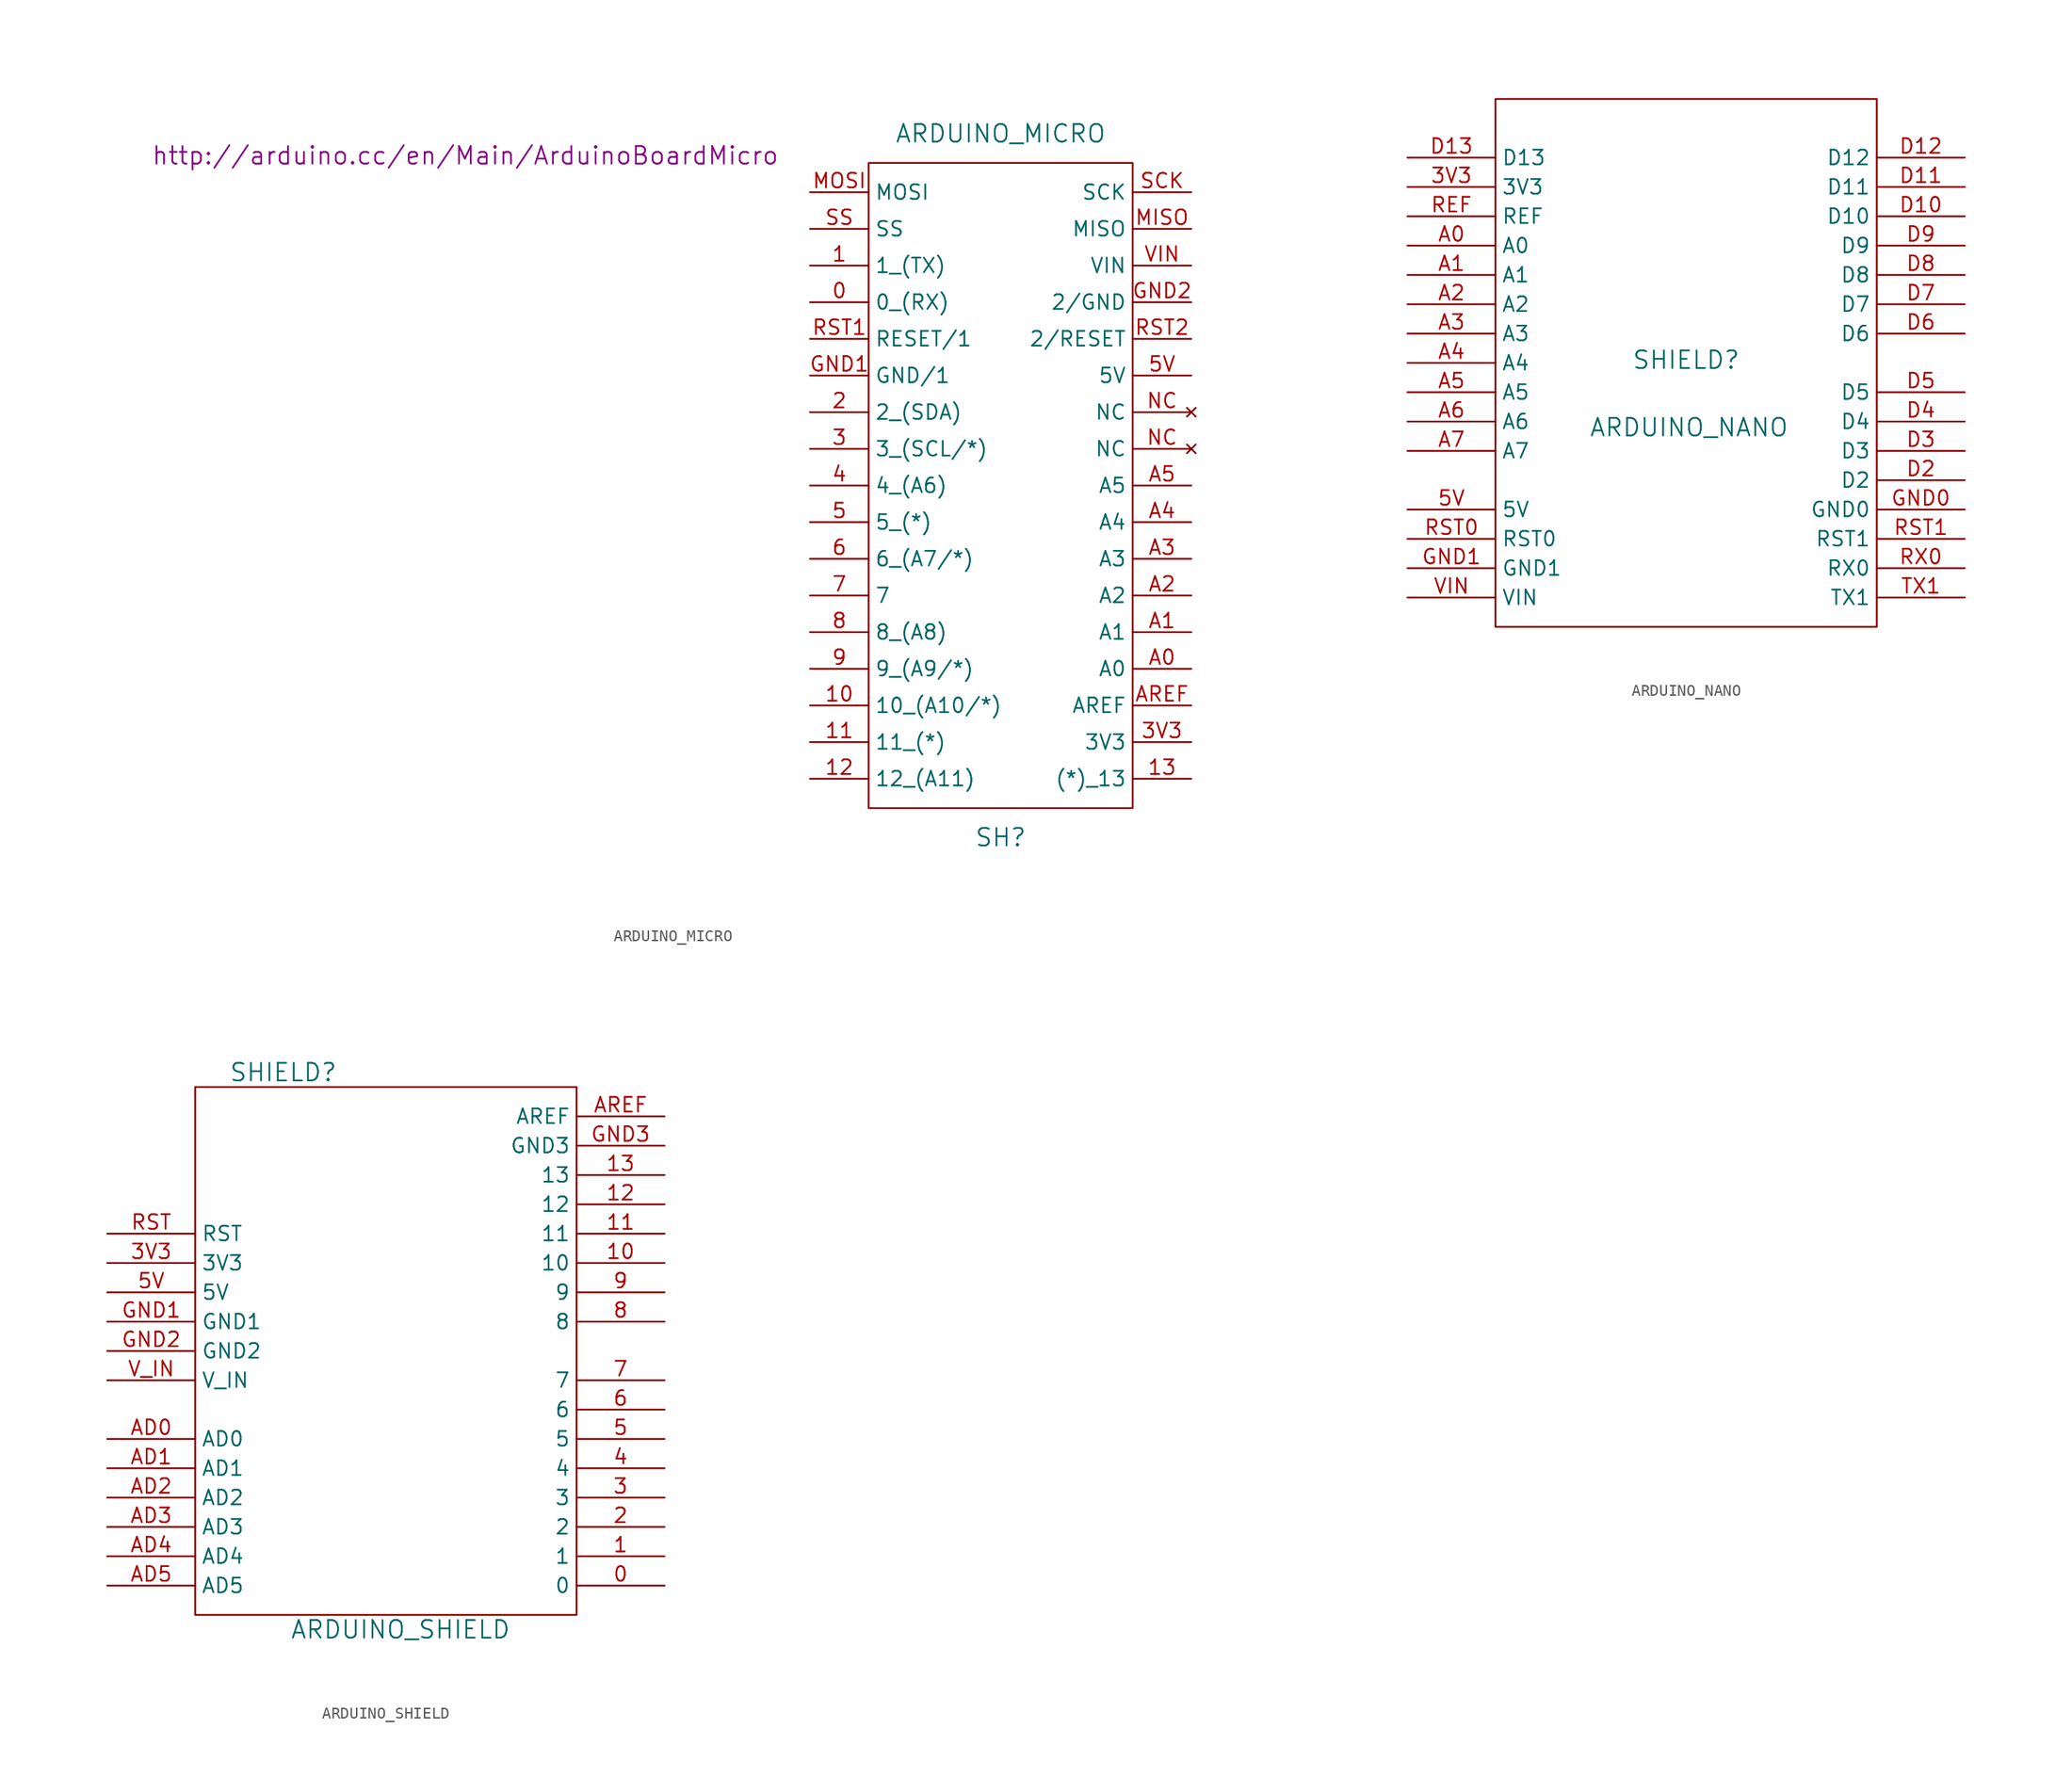
<source format=kicad_sym>
(kicad_symbol_lib
  (version 20220102)
  (generator kicad_symbol_editor)
  (symbol "ARDUINO_MICRO"
    (property "Reference" "SH"
      (at 0 -30.48 0)
      (effects (font (size 1.524 1.524))))
    (property "Value" "ARDUINO_MICRO"
      (at 0 30.48 0)
      (effects (font (size 1.524 1.524))))
    (property "Footprint" ""
      (at -46.355 28.575 0)
      (effects (font (size 1.524 1.524))))
    (property "Datasheet" "http://arduino.cc/en/Main/ArduinoBoardMicro"
      (at -46.355 28.575 0)
      (effects (font (size 1.524 1.524))))
    (symbol "ARDUINO_MICRO_0_1"
      (rectangle (start -11.43 27.94) (end 11.43 -27.94) (stroke (width 0) (type default)) (fill (type none))))
    (symbol "ARDUINO_MICRO_1_1"
      (pin input line (at -16.51 15.875 0) (length 5.08) (name "0_(RX)" (effects (font (size 1.27 1.27)))) (number "0" (effects (font (size 1.27 1.27)))))
      (pin input line (at -16.51 19.05 0) (length 5.08) (name "1_(TX)" (effects (font (size 1.27 1.27)))) (number "1" (effects (font (size 1.27 1.27)))))
      (pin input line (at -16.51 -19.05 0) (length 5.08) (name "10_(A10/*)" (effects (font (size 1.27 1.27)))) (number "10" (effects (font (size 1.27 1.27)))))
      (pin input line (at -16.51 -22.225 0) (length 5.08) (name "11_(*)" (effects (font (size 1.27 1.27)))) (number "11" (effects (font (size 1.27 1.27)))))
      (pin input line (at -16.51 -25.4 0) (length 5.08) (name "12_(A11)" (effects (font (size 1.27 1.27)))) (number "12" (effects (font (size 1.27 1.27)))))
      (pin input line (at 16.51 -25.4 180) (length 5.08) (name "(*)_13" (effects (font (size 1.27 1.27)))) (number "13" (effects (font (size 1.27 1.27)))))
      (pin input line (at -16.51 6.35 0) (length 5.08) (name "2_(SDA)" (effects (font (size 1.27 1.27)))) (number "2" (effects (font (size 1.27 1.27)))))
      (pin input line (at -16.51 3.175 0) (length 5.08) (name "3_(SCL/*)" (effects (font (size 1.27 1.27)))) (number "3" (effects (font (size 1.27 1.27)))))
      (pin input line (at 16.51 -22.225 180) (length 5.08) (name "3V3" (effects (font (size 1.27 1.27)))) (number "3V3" (effects (font (size 1.27 1.27)))))
      (pin input line (at -16.51 0 0) (length 5.08) (name "4_(A6)" (effects (font (size 1.27 1.27)))) (number "4" (effects (font (size 1.27 1.27)))))
      (pin input line (at -16.51 -3.175 0) (length 5.08) (name "5_(*)" (effects (font (size 1.27 1.27)))) (number "5" (effects (font (size 1.27 1.27)))))
      (pin input line (at 16.51 9.525 180) (length 5.08) (name "5V" (effects (font (size 1.27 1.27)))) (number "5V" (effects (font (size 1.27 1.27)))))
      (pin input line (at -16.51 -6.35 0) (length 5.08) (name "6_(A7/*)" (effects (font (size 1.27 1.27)))) (number "6" (effects (font (size 1.27 1.27)))))
      (pin input line (at -16.51 -9.525 0) (length 5.08) (name "7" (effects (font (size 1.27 1.27)))) (number "7" (effects (font (size 1.27 1.27)))))
      (pin input line (at -16.51 -12.7 0) (length 5.08) (name "8_(A8)" (effects (font (size 1.27 1.27)))) (number "8" (effects (font (size 1.27 1.27)))))
      (pin input line (at -16.51 -15.875 0) (length 5.08) (name "9_(A9/*)" (effects (font (size 1.27 1.27)))) (number "9" (effects (font (size 1.27 1.27)))))
      (pin input line (at 16.51 -15.875 180) (length 5.08) (name "A0" (effects (font (size 1.27 1.27)))) (number "A0" (effects (font (size 1.27 1.27)))))
      (pin input line (at 16.51 -12.7 180) (length 5.08) (name "A1" (effects (font (size 1.27 1.27)))) (number "A1" (effects (font (size 1.27 1.27)))))
      (pin input line (at 16.51 -9.525 180) (length 5.08) (name "A2" (effects (font (size 1.27 1.27)))) (number "A2" (effects (font (size 1.27 1.27)))))
      (pin input line (at 16.51 -6.35 180) (length 5.08) (name "A3" (effects (font (size 1.27 1.27)))) (number "A3" (effects (font (size 1.27 1.27)))))
      (pin input line (at 16.51 -3.175 180) (length 5.08) (name "A4" (effects (font (size 1.27 1.27)))) (number "A4" (effects (font (size 1.27 1.27)))))
      (pin input line (at 16.51 0 180) (length 5.08) (name "A5" (effects (font (size 1.27 1.27)))) (number "A5" (effects (font (size 1.27 1.27)))))
      (pin input line (at 16.51 -19.05 180) (length 5.08) (name "AREF" (effects (font (size 1.27 1.27)))) (number "AREF" (effects (font (size 1.27 1.27)))))
      (pin input line (at -16.51 9.525 0) (length 5.08) (name "GND/1" (effects (font (size 1.27 1.27)))) (number "GND1" (effects (font (size 1.27 1.27)))))
      (pin input line (at 16.51 15.875 180) (length 5.08) (name "2/GND" (effects (font (size 1.27 1.27)))) (number "GND2" (effects (font (size 1.27 1.27)))))
      (pin input line (at 16.51 22.225 180) (length 5.08) (name "MISO" (effects (font (size 1.27 1.27)))) (number "MISO" (effects (font (size 1.27 1.27)))))
      (pin input line (at -16.51 25.4 0) (length 5.08) (name "MOSI" (effects (font (size 1.27 1.27)))) (number "MOSI" (effects (font (size 1.27 1.27)))))
      (pin no_connect line (at 16.51 3.175 180) (length 5.08) (name "NC" (effects (font (size 1.27 1.27)))) (number "NC" (effects (font (size 1.27 1.27)))))
      (pin no_connect line (at 16.51 6.35 180) (length 5.08) (name "NC" (effects (font (size 1.27 1.27)))) (number "NC" (effects (font (size 1.27 1.27)))))
      (pin input line (at -16.51 12.7 0) (length 5.08) (name "RESET/1" (effects (font (size 1.27 1.27)))) (number "RST1" (effects (font (size 1.27 1.27)))))
      (pin input line (at 16.51 12.7 180) (length 5.08) (name "2/RESET" (effects (font (size 1.27 1.27)))) (number "RST2" (effects (font (size 1.27 1.27)))))
      (pin input line (at 16.51 25.4 180) (length 5.08) (name "SCK" (effects (font (size 1.27 1.27)))) (number "SCK" (effects (font (size 1.27 1.27)))))
      (pin input line (at -16.51 22.225 0) (length 5.08) (name "SS" (effects (font (size 1.27 1.27)))) (number "SS" (effects (font (size 1.27 1.27)))))
      (pin input line (at 16.51 19.05 180) (length 5.08) (name "VIN" (effects (font (size 1.27 1.27)))) (number "VIN" (effects (font (size 1.27 1.27)))))))
  (symbol "ARDUINO_NANO"
    (property "Reference" "SHIELD"
      (at 0 0.254 0)
      (effects (font (size 1.524 1.524))))
    (property "Value" "ARDUINO_NANO"
      (at 0.254 -5.588 0)
      (effects (font (size 1.524 1.524))))
    (property "Footprint" ""
      (at 0 0 0)
      (effects (font (size 1.524 1.524))))
    (property "Datasheet" ""
      (at 0 0 0)
      (effects (font (size 1.524 1.524))))
    (symbol "ARDUINO_NANO_0_1"
      (rectangle (start -16.51 -22.86) (end 16.51 22.86) (stroke (width 0) (type default)) (fill (type none))))
    (symbol "ARDUINO_NANO_1_1"
      (pin power_out line (at -24.13 15.24 0) (length 7.62) (name "3V3" (effects (font (size 1.27 1.27)))) (number "3V3" (effects (font (size 1.27 1.27)))))
      (pin power_out line (at -24.13 -12.7 0) (length 7.62) (name "5V" (effects (font (size 1.27 1.27)))) (number "5V" (effects (font (size 1.27 1.27)))))
      (pin bidirectional line (at -24.13 10.16 0) (length 7.62) (name "A0" (effects (font (size 1.27 1.27)))) (number "A0" (effects (font (size 1.27 1.27)))))
      (pin bidirectional line (at -24.13 7.62 0) (length 7.62) (name "A1" (effects (font (size 1.27 1.27)))) (number "A1" (effects (font (size 1.27 1.27)))))
      (pin bidirectional line (at -24.13 5.08 0) (length 7.62) (name "A2" (effects (font (size 1.27 1.27)))) (number "A2" (effects (font (size 1.27 1.27)))))
      (pin bidirectional line (at -24.13 2.54 0) (length 7.62) (name "A3" (effects (font (size 1.27 1.27)))) (number "A3" (effects (font (size 1.27 1.27)))))
      (pin bidirectional line (at -24.13 0 0) (length 7.62) (name "A4" (effects (font (size 1.27 1.27)))) (number "A4" (effects (font (size 1.27 1.27)))))
      (pin bidirectional line (at -24.13 -2.54 0) (length 7.62) (name "A5" (effects (font (size 1.27 1.27)))) (number "A5" (effects (font (size 1.27 1.27)))))
      (pin bidirectional line (at -24.13 -5.08 0) (length 7.62) (name "A6" (effects (font (size 1.27 1.27)))) (number "A6" (effects (font (size 1.27 1.27)))))
      (pin bidirectional line (at -24.13 -7.62 0) (length 7.62) (name "A7" (effects (font (size 1.27 1.27)))) (number "A7" (effects (font (size 1.27 1.27)))))
      (pin bidirectional line (at 24.13 12.7 180) (length 7.62) (name "D10" (effects (font (size 1.27 1.27)))) (number "D10" (effects (font (size 1.27 1.27)))))
      (pin bidirectional line (at 24.13 15.24 180) (length 7.62) (name "D11" (effects (font (size 1.27 1.27)))) (number "D11" (effects (font (size 1.27 1.27)))))
      (pin bidirectional line (at 24.13 17.78 180) (length 7.62) (name "D12" (effects (font (size 1.27 1.27)))) (number "D12" (effects (font (size 1.27 1.27)))))
      (pin bidirectional line (at -24.13 17.78 0) (length 7.62) (name "D13" (effects (font (size 1.27 1.27)))) (number "D13" (effects (font (size 1.27 1.27)))))
      (pin bidirectional line (at 24.13 -10.16 180) (length 7.62) (name "D2" (effects (font (size 1.27 1.27)))) (number "D2" (effects (font (size 1.27 1.27)))))
      (pin bidirectional line (at 24.13 -7.62 180) (length 7.62) (name "D3" (effects (font (size 1.27 1.27)))) (number "D3" (effects (font (size 1.27 1.27)))))
      (pin bidirectional line (at 24.13 -5.08 180) (length 7.62) (name "D4" (effects (font (size 1.27 1.27)))) (number "D4" (effects (font (size 1.27 1.27)))))
      (pin bidirectional line (at 24.13 -2.54 180) (length 7.62) (name "D5" (effects (font (size 1.27 1.27)))) (number "D5" (effects (font (size 1.27 1.27)))))
      (pin bidirectional line (at 24.13 2.54 180) (length 7.62) (name "D6" (effects (font (size 1.27 1.27)))) (number "D6" (effects (font (size 1.27 1.27)))))
      (pin bidirectional line (at 24.13 5.08 180) (length 7.62) (name "D7" (effects (font (size 1.27 1.27)))) (number "D7" (effects (font (size 1.27 1.27)))))
      (pin bidirectional line (at 24.13 7.62 180) (length 7.62) (name "D8" (effects (font (size 1.27 1.27)))) (number "D8" (effects (font (size 1.27 1.27)))))
      (pin bidirectional line (at 24.13 10.16 180) (length 7.62) (name "D9" (effects (font (size 1.27 1.27)))) (number "D9" (effects (font (size 1.27 1.27)))))
      (pin bidirectional line (at 24.13 -12.7 180) (length 7.62) (name "GND0" (effects (font (size 1.27 1.27)))) (number "GND0" (effects (font (size 1.27 1.27)))))
      (pin bidirectional line (at -24.13 -17.78 0) (length 7.62) (name "GND1" (effects (font (size 1.27 1.27)))) (number "GND1" (effects (font (size 1.27 1.27)))))
      (pin input line (at -24.13 12.7 0) (length 7.62) (name "REF" (effects (font (size 1.27 1.27)))) (number "REF" (effects (font (size 1.27 1.27)))))
      (pin bidirectional line (at -24.13 -15.24 0) (length 7.62) (name "RST0" (effects (font (size 1.27 1.27)))) (number "RST0" (effects (font (size 1.27 1.27)))))
      (pin bidirectional line (at 24.13 -15.24 180) (length 7.62) (name "RST1" (effects (font (size 1.27 1.27)))) (number "RST1" (effects (font (size 1.27 1.27)))))
      (pin bidirectional line (at 24.13 -17.78 180) (length 7.62) (name "RX0" (effects (font (size 1.27 1.27)))) (number "RX0" (effects (font (size 1.27 1.27)))))
      (pin bidirectional line (at 24.13 -20.32 180) (length 7.62) (name "TX1" (effects (font (size 1.27 1.27)))) (number "TX1" (effects (font (size 1.27 1.27)))))
      (pin bidirectional line (at -24.13 -20.32 0) (length 7.62) (name "VIN" (effects (font (size 1.27 1.27)))) (number "VIN" (effects (font (size 1.27 1.27)))))))
  (symbol "ARDUINO_SHIELD"
    (property "Reference" "SHIELD"
      (at -8.89 24.13 0)
      (effects (font (size 1.524 1.524))))
    (property "Value" "ARDUINO_SHIELD"
      (at 1.27 -24.13 0)
      (effects (font (size 1.524 1.524))))
    (property "Footprint" ""
      (at 0 0 0)
      (effects (font (size 1.524 1.524))))
    (property "Datasheet" ""
      (at 0 0 0)
      (effects (font (size 1.524 1.524))))
    (symbol "ARDUINO_SHIELD_0_1"
      (rectangle (start -16.51 -22.86) (end 16.51 22.86) (stroke (width 0) (type default)) (fill (type none))))
    (symbol "ARDUINO_SHIELD_1_1"
      (pin bidirectional line (at 24.13 -20.32 180) (length 7.62) (name "0" (effects (font (size 1.27 1.27)))) (number "0" (effects (font (size 1.27 1.27)))))
      (pin bidirectional line (at 24.13 -17.78 180) (length 7.62) (name "1" (effects (font (size 1.27 1.27)))) (number "1" (effects (font (size 1.27 1.27)))))
      (pin bidirectional line (at 24.13 7.62 180) (length 7.62) (name "10" (effects (font (size 1.27 1.27)))) (number "10" (effects (font (size 1.27 1.27)))))
      (pin bidirectional line (at 24.13 10.16 180) (length 7.62) (name "11" (effects (font (size 1.27 1.27)))) (number "11" (effects (font (size 1.27 1.27)))))
      (pin bidirectional line (at 24.13 12.7 180) (length 7.62) (name "12" (effects (font (size 1.27 1.27)))) (number "12" (effects (font (size 1.27 1.27)))))
      (pin bidirectional line (at 24.13 15.24 180) (length 7.62) (name "13" (effects (font (size 1.27 1.27)))) (number "13" (effects (font (size 1.27 1.27)))))
      (pin bidirectional line (at 24.13 -15.24 180) (length 7.62) (name "2" (effects (font (size 1.27 1.27)))) (number "2" (effects (font (size 1.27 1.27)))))
      (pin bidirectional line (at 24.13 -12.7 180) (length 7.62) (name "3" (effects (font (size 1.27 1.27)))) (number "3" (effects (font (size 1.27 1.27)))))
      (pin power_in line (at -24.13 7.62 0) (length 7.62) (name "3V3" (effects (font (size 1.27 1.27)))) (number "3V3" (effects (font (size 1.27 1.27)))))
      (pin bidirectional line (at 24.13 -10.16 180) (length 7.62) (name "4" (effects (font (size 1.27 1.27)))) (number "4" (effects (font (size 1.27 1.27)))))
      (pin bidirectional line (at 24.13 -7.62 180) (length 7.62) (name "5" (effects (font (size 1.27 1.27)))) (number "5" (effects (font (size 1.27 1.27)))))
      (pin power_in line (at -24.13 5.08 0) (length 7.62) (name "5V" (effects (font (size 1.27 1.27)))) (number "5V" (effects (font (size 1.27 1.27)))))
      (pin bidirectional line (at 24.13 -5.08 180) (length 7.62) (name "6" (effects (font (size 1.27 1.27)))) (number "6" (effects (font (size 1.27 1.27)))))
      (pin bidirectional line (at 24.13 -2.54 180) (length 7.62) (name "7" (effects (font (size 1.27 1.27)))) (number "7" (effects (font (size 1.27 1.27)))))
      (pin bidirectional line (at 24.13 2.54 180) (length 7.62) (name "8" (effects (font (size 1.27 1.27)))) (number "8" (effects (font (size 1.27 1.27)))))
      (pin bidirectional line (at 24.13 5.08 180) (length 7.62) (name "9" (effects (font (size 1.27 1.27)))) (number "9" (effects (font (size 1.27 1.27)))))
      (pin bidirectional line (at -24.13 -7.62 0) (length 7.62) (name "AD0" (effects (font (size 1.27 1.27)))) (number "AD0" (effects (font (size 1.27 1.27)))))
      (pin bidirectional line (at -24.13 -10.16 0) (length 7.62) (name "AD1" (effects (font (size 1.27 1.27)))) (number "AD1" (effects (font (size 1.27 1.27)))))
      (pin bidirectional line (at -24.13 -12.7 0) (length 7.62) (name "AD2" (effects (font (size 1.27 1.27)))) (number "AD2" (effects (font (size 1.27 1.27)))))
      (pin bidirectional line (at -24.13 -15.24 0) (length 7.62) (name "AD3" (effects (font (size 1.27 1.27)))) (number "AD3" (effects (font (size 1.27 1.27)))))
      (pin bidirectional line (at -24.13 -17.78 0) (length 7.62) (name "AD4" (effects (font (size 1.27 1.27)))) (number "AD4" (effects (font (size 1.27 1.27)))))
      (pin bidirectional line (at -24.13 -20.32 0) (length 7.62) (name "AD5" (effects (font (size 1.27 1.27)))) (number "AD5" (effects (font (size 1.27 1.27)))))
      (pin power_in line (at 24.13 20.32 180) (length 7.62) (name "AREF" (effects (font (size 1.27 1.27)))) (number "AREF" (effects (font (size 1.27 1.27)))))
      (pin power_in line (at -24.13 2.54 0) (length 7.62) (name "GND1" (effects (font (size 1.27 1.27)))) (number "GND1" (effects (font (size 1.27 1.27)))))
      (pin power_in line (at -24.13 0 0) (length 7.62) (name "GND2" (effects (font (size 1.27 1.27)))) (number "GND2" (effects (font (size 1.27 1.27)))))
      (pin power_in line (at 24.13 17.78 180) (length 7.62) (name "GND3" (effects (font (size 1.27 1.27)))) (number "GND3" (effects (font (size 1.27 1.27)))))
      (pin input line (at -24.13 10.16 0) (length 7.62) (name "RST" (effects (font (size 1.27 1.27)))) (number "RST" (effects (font (size 1.27 1.27)))))
      (pin power_in line (at -24.13 -2.54 0) (length 7.62) (name "V_IN" (effects (font (size 1.27 1.27)))) (number "V_IN" (effects (font (size 1.27 1.27))))))))
</source>
